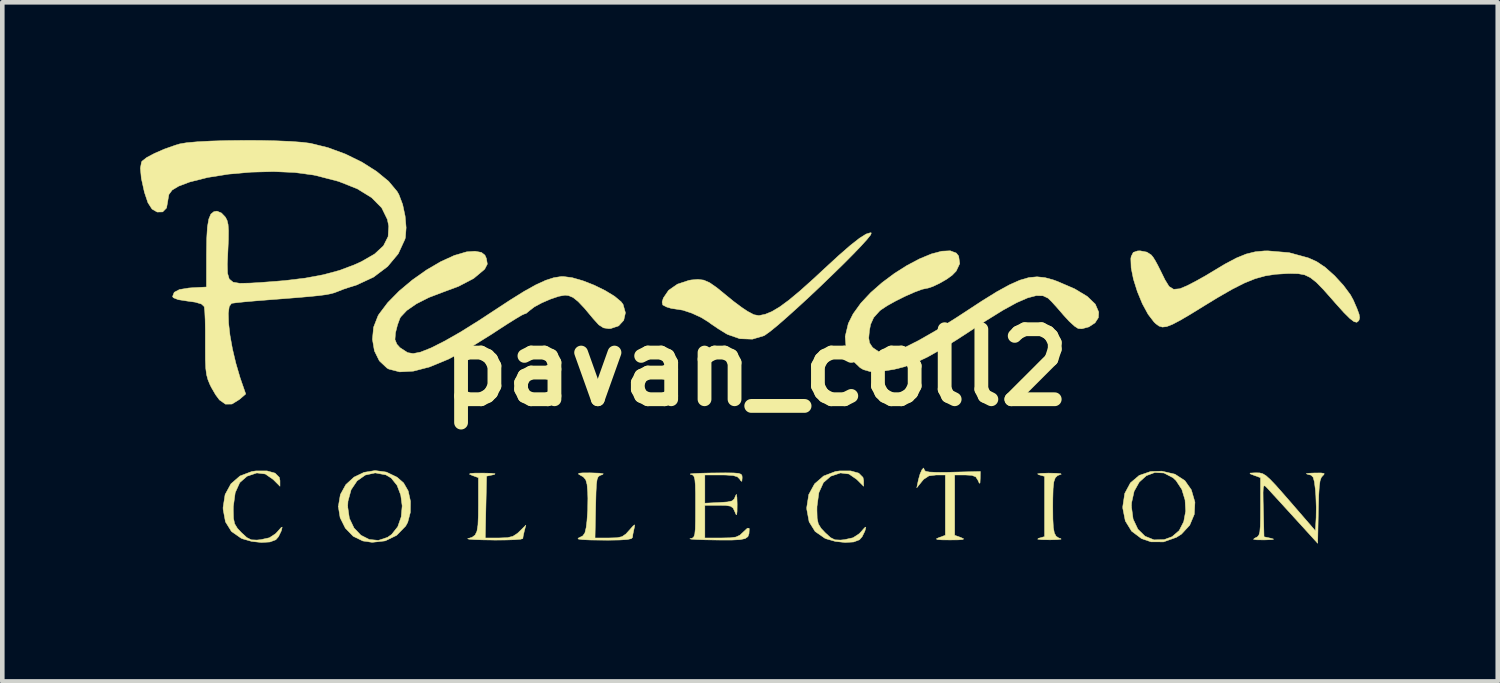
<source format=kicad_pcb>
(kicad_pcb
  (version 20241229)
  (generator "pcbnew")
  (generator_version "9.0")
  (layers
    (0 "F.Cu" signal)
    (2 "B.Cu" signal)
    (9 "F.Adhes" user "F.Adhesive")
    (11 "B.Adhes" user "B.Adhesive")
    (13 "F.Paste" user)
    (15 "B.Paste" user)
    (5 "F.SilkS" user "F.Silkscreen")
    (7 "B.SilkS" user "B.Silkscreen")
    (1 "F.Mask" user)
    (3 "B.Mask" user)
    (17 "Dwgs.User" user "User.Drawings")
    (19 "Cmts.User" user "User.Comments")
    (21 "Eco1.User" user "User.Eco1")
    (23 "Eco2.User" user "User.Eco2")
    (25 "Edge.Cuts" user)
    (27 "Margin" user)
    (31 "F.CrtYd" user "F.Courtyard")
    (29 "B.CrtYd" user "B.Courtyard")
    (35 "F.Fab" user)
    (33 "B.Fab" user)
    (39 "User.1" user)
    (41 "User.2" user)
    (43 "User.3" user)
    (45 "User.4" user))
  (footprint "pavan_coll2"
    (layer "F.Cu")
    (at 13.405 4.948)
    (property "Reference" "pavan_coll2" (at 0 0 0) (layer "F.SilkS") (effects (font (size 1.524 1.524) (thickness 0.3))))
    (attr exclude_from_pos_files exclude_from_bom)
    (fp_poly (pts (xy 6.533 2.3) (xy 6.626 2.309) (xy 6.637 2.321) (xy 6.629 2.323) (xy 6.557 2.35) (xy 6.507 2.399) (xy 6.476 2.487) (xy 6.46 2.632) (xy 6.454 2.851) (xy 6.453 3.023) (xy 6.455 3.294) (xy 6.465 3.48) (xy 6.487 3.6) (xy 6.525 3.67) (xy 6.583 3.708) (xy 6.629 3.722) (xy 6.634 3.734) (xy 6.554 3.744) (xy 6.406 3.748) (xy 6.375 3.748) (xy 6.206 3.745) (xy 6.125 3.734) (xy 6.138 3.716) (xy 6.147 3.714) (xy 6.274 3.678) (xy 6.274 2.367) (xy 6.147 2.331) (xy 6.121 2.313) (xy 6.191 2.302) (xy 6.348 2.297) (xy 6.375 2.297) (xy 6.533 2.3)) (stroke (width 0.01) (type solid)) (fill yes) (layer "F.SilkS"))
    (fp_poly (pts (xy -5.767 2.3) (xy -5.683 2.31) (xy -5.695 2.326) (xy -5.715 2.331) (xy -5.867 2.363) (xy -5.882 3.036) (xy -5.896 3.708) (xy -5.596 3.708) (xy -5.414 3.701) (xy -5.295 3.672) (xy -5.198 3.609) (xy -5.155 3.569) (xy -5.013 3.429) (xy -5.046 3.556) (xy -5.071 3.666) (xy -5.079 3.721) (xy -5.127 3.735) (xy -5.258 3.746) (xy -5.451 3.752) (xy -5.69 3.754) (xy -5.728 3.753) (xy -5.96 3.749) (xy -6.139 3.743) (xy -6.251 3.734) (xy -6.28 3.725) (xy -6.274 3.722) (xy -6.181 3.692) (xy -6.117 3.644) (xy -6.077 3.561) (xy -6.055 3.425) (xy -6.047 3.219) (xy -6.045 2.995) (xy -6.045 2.396) (xy -6.185 2.345) (xy -6.24 2.319) (xy -6.224 2.304) (xy -6.128 2.297) (xy -5.944 2.296) (xy -5.767 2.3)) (stroke (width 0.01) (type solid)) (fill yes) (layer "F.SilkS"))
    (fp_poly (pts (xy 3.657 2.221) (xy 3.658 2.228) (xy 3.683 2.256) (xy 3.767 2.273) (xy 3.922 2.28) (xy 4.162 2.279) (xy 4.267 2.276) (xy 4.877 2.261) (xy 4.874 2.413) (xy 4.869 2.512) (xy 4.854 2.517) (xy 4.824 2.451) (xy 4.777 2.378) (xy 4.691 2.345) (xy 4.548 2.337) (xy 4.318 2.337) (xy 4.318 3.649) (xy 4.458 3.7) (xy 4.513 3.726) (xy 4.498 3.741) (xy 4.403 3.749) (xy 4.218 3.751) (xy 4.216 3.751) (xy 4.03 3.749) (xy 3.935 3.741) (xy 3.92 3.726) (xy 3.975 3.7) (xy 3.975 3.7) (xy 4.115 3.649) (xy 4.115 2.337) (xy 3.915 2.337) (xy 3.757 2.357) (xy 3.644 2.431) (xy 3.605 2.477) (xy 3.493 2.616) (xy 3.53 2.438) (xy 3.565 2.315) (xy 3.606 2.223) (xy 3.641 2.185) (xy 3.657 2.221)) (stroke (width 0.01) (type solid)) (fill yes) (layer "F.SilkS"))
    (fp_poly (pts (xy 9.111 2.32) (xy 9.327 2.46) (xy 9.468 2.661) (xy 9.546 2.929) (xy 9.532 3.193) (xy 9.432 3.431) (xy 9.253 3.624) (xy 9.143 3.694) (xy 8.863 3.793) (xy 8.59 3.792) (xy 8.383 3.721) (xy 8.168 3.56) (xy 8.031 3.337) (xy 7.976 3.061) (xy 7.976 3.023) (xy 7.976 3.022) (xy 8.164 3.022) (xy 8.201 3.297) (xy 8.304 3.516) (xy 8.46 3.67) (xy 8.656 3.749) (xy 8.878 3.743) (xy 9.049 3.68) (xy 9.203 3.547) (xy 9.302 3.353) (xy 9.345 3.123) (xy 9.331 2.881) (xy 9.261 2.651) (xy 9.134 2.458) (xy 9.067 2.396) (xy 8.871 2.294) (xy 8.674 2.283) (xy 8.49 2.352) (xy 8.335 2.491) (xy 8.223 2.691) (xy 8.168 2.94) (xy 8.164 3.022) (xy 7.976 3.022) (xy 8.019 2.738) (xy 8.142 2.509) (xy 8.333 2.347) (xy 8.583 2.261) (xy 8.826 2.254) (xy 9.111 2.32)) (stroke (width 0.01) (type solid)) (fill yes) (layer "F.SilkS"))
    (fp_poly (pts (xy -8.048 2.274) (xy -7.815 2.386) (xy -7.673 2.51) (xy -7.573 2.684) (xy -7.523 2.91) (xy -7.526 3.15) (xy -7.583 3.367) (xy -7.628 3.449) (xy -7.825 3.651) (xy -8.073 3.771) (xy -8.356 3.803) (xy -8.56 3.773) (xy -8.77 3.671) (xy -8.941 3.494) (xy -9.054 3.267) (xy -9.093 3.026) (xy -9.093 3.023) (xy -8.89 3.023) (xy -8.853 3.279) (xy -8.752 3.491) (xy -8.602 3.648) (xy -8.42 3.741) (xy -8.221 3.76) (xy -8.022 3.694) (xy -7.933 3.631) (xy -7.8 3.463) (xy -7.725 3.248) (xy -7.704 3.01) (xy -7.735 2.774) (xy -7.815 2.563) (xy -7.943 2.403) (xy -8.058 2.335) (xy -8.292 2.292) (xy -8.506 2.339) (xy -8.685 2.465) (xy -8.815 2.658) (xy -8.883 2.907) (xy -8.89 3.023) (xy -9.093 3.023) (xy -9.049 2.763) (xy -8.93 2.547) (xy -8.752 2.384) (xy -8.534 2.28) (xy -8.294 2.241) (xy -8.048 2.274)) (stroke (width 0.01) (type solid)) (fill yes) (layer "F.SilkS"))
    (fp_poly (pts (xy -10.47 2.297) (xy -10.377 2.39) (xy -10.363 2.459) (xy -10.363 2.583) (xy -10.512 2.434) (xy -10.682 2.316) (xy -10.867 2.293) (xy -11.079 2.364) (xy -11.081 2.366) (xy -11.238 2.503) (xy -11.337 2.722) (xy -11.378 3.025) (xy -11.379 3.102) (xy -11.374 3.282) (xy -11.349 3.4) (xy -11.29 3.497) (xy -11.2 3.593) (xy -11.083 3.7) (xy -10.987 3.748) (xy -10.865 3.753) (xy -10.783 3.745) (xy -10.593 3.703) (xy -10.459 3.615) (xy -10.422 3.576) (xy -10.342 3.486) (xy -10.315 3.471) (xy -10.327 3.527) (xy -10.336 3.558) (xy -10.396 3.681) (xy -10.454 3.747) (xy -10.581 3.795) (xy -10.767 3.806) (xy -10.977 3.783) (xy -11.177 3.726) (xy -11.211 3.711) (xy -11.419 3.566) (xy -11.549 3.357) (xy -11.6 3.084) (xy -11.601 3.044) (xy -11.557 2.763) (xy -11.43 2.53) (xy -11.233 2.359) (xy -10.977 2.262) (xy -10.888 2.249) (xy -10.643 2.249) (xy -10.47 2.297)) (stroke (width 0.01) (type solid)) (fill yes) (layer "F.SilkS"))
    (fp_poly (pts (xy 2.23 2.297) (xy 2.323 2.39) (xy 2.337 2.459) (xy 2.337 2.583) (xy 2.188 2.434) (xy 2.018 2.316) (xy 1.833 2.293) (xy 1.621 2.364) (xy 1.619 2.366) (xy 1.462 2.503) (xy 1.363 2.722) (xy 1.322 3.025) (xy 1.321 3.102) (xy 1.326 3.282) (xy 1.351 3.4) (xy 1.41 3.497) (xy 1.5 3.593) (xy 1.617 3.7) (xy 1.713 3.748) (xy 1.835 3.753) (xy 1.917 3.745) (xy 2.107 3.703) (xy 2.241 3.615) (xy 2.278 3.576) (xy 2.358 3.486) (xy 2.385 3.471) (xy 2.373 3.527) (xy 2.364 3.558) (xy 2.304 3.681) (xy 2.246 3.747) (xy 2.119 3.795) (xy 1.933 3.806) (xy 1.723 3.783) (xy 1.523 3.726) (xy 1.489 3.711) (xy 1.281 3.566) (xy 1.151 3.357) (xy 1.1 3.084) (xy 1.099 3.044) (xy 1.143 2.763) (xy 1.27 2.53) (xy 1.467 2.359) (xy 1.723 2.262) (xy 1.812 2.249) (xy 2.057 2.249) (xy 2.23 2.297)) (stroke (width 0.01) (type solid)) (fill yes) (layer "F.SilkS"))
    (fp_poly (pts (xy -3.581 2.292) (xy -3.408 2.298) (xy -3.328 2.311) (xy -3.345 2.329) (xy -3.353 2.331) (xy -3.404 2.349) (xy -3.44 2.378) (xy -3.463 2.437) (xy -3.477 2.542) (xy -3.486 2.71) (xy -3.492 2.958) (xy -3.494 3.038) (xy -3.508 3.708) (xy -3.206 3.708) (xy -3.031 3.703) (xy -2.92 3.679) (xy -2.836 3.621) (xy -2.765 3.543) (xy -2.679 3.446) (xy -2.645 3.422) (xy -2.649 3.468) (xy -2.658 3.505) (xy -2.684 3.627) (xy -2.692 3.696) (xy -2.719 3.723) (xy -2.809 3.742) (xy -2.972 3.752) (xy -3.221 3.756) (xy -3.34 3.755) (xy -3.608 3.752) (xy -3.781 3.744) (xy -3.869 3.732) (xy -3.879 3.715) (xy -3.852 3.701) (xy -3.775 3.663) (xy -3.729 3.599) (xy -3.701 3.483) (xy -3.683 3.337) (xy -3.667 3.101) (xy -3.663 2.845) (xy -3.667 2.719) (xy -3.681 2.543) (xy -3.71 2.44) (xy -3.763 2.379) (xy -3.81 2.352) (xy -3.866 2.319) (xy -3.861 2.3) (xy -3.783 2.292) (xy -3.618 2.291) (xy -3.581 2.292)) (stroke (width 0.01) (type solid)) (fill yes) (layer "F.SilkS"))
    (fp_poly (pts (xy 2.504 -2.93) (xy 2.491 -2.889) (xy 2.412 -2.79) (xy 2.279 -2.643) (xy 2.101 -2.458) (xy 1.888 -2.244) (xy 1.651 -2.013) (xy 1.401 -1.772) (xy 1.148 -1.533) (xy 0.901 -1.306) (xy 0.672 -1.1) (xy 0.471 -0.924) (xy 0.307 -0.79) (xy 0.192 -0.707) (xy 0.168 -0.693) (xy -0.083 -0.618) (xy -0.357 -0.628) (xy -0.621 -0.72) (xy -0.646 -0.733) (xy -0.82 -0.84) (xy -0.99 -0.955) (xy -1.03 -0.986) (xy -1.199 -1.091) (xy -1.401 -1.184) (xy -1.596 -1.249) (xy -1.73 -1.27) (xy -1.849 -1.288) (xy -1.949 -1.318) (xy -2.034 -1.362) (xy -2.048 -1.426) (xy -2.021 -1.513) (xy -1.906 -1.682) (xy -1.714 -1.815) (xy -1.466 -1.897) (xy -1.416 -1.906) (xy -1.268 -1.919) (xy -1.142 -1.903) (xy -1.014 -1.847) (xy -0.861 -1.741) (xy -0.66 -1.577) (xy -0.487 -1.436) (xy -0.312 -1.306) (xy -0.186 -1.222) (xy -0.05 -1.15) (xy 0.058 -1.131) (xy 0.188 -1.158) (xy 0.197 -1.16) (xy 0.341 -1.219) (xy 0.509 -1.319) (xy 0.712 -1.468) (xy 0.959 -1.674) (xy 1.258 -1.942) (xy 1.477 -2.146) (xy 1.797 -2.44) (xy 2.053 -2.663) (xy 2.25 -2.817) (xy 2.392 -2.906) (xy 2.484 -2.934) (xy 2.504 -2.93)) (stroke (width 0.01) (type solid)) (fill yes) (layer "F.SilkS"))
    (fp_poly (pts (xy 10.955 2.292) (xy 11.022 2.31) (xy 11.094 2.354) (xy 11.185 2.436) (xy 11.309 2.566) (xy 11.476 2.755) (xy 11.619 2.919) (xy 12.167 3.552) (xy 12.183 3.262) (xy 12.186 3.039) (xy 12.177 2.789) (xy 12.167 2.657) (xy 12.145 2.484) (xy 12.118 2.387) (xy 12.072 2.341) (xy 11.998 2.322) (xy 11.968 2.31) (xy 12.027 2.299) (xy 12.138 2.294) (xy 12.292 2.293) (xy 12.358 2.304) (xy 12.352 2.331) (xy 12.33 2.349) (xy 12.295 2.391) (xy 12.269 2.464) (xy 12.252 2.586) (xy 12.24 2.773) (xy 12.233 3.041) (xy 12.231 3.119) (xy 12.217 3.824) (xy 11.713 3.271) (xy 11.526 3.066) (xy 11.357 2.881) (xy 11.22 2.732) (xy 11.132 2.635) (xy 11.114 2.616) (xy 11.074 2.577) (xy 11.048 2.572) (xy 11.033 2.615) (xy 11.028 2.721) (xy 11.03 2.904) (xy 11.035 3.098) (xy 11.049 3.682) (xy 11.201 3.715) (xy 11.259 3.733) (xy 11.224 3.744) (xy 11.092 3.749) (xy 11.049 3.75) (xy 10.889 3.748) (xy 10.821 3.737) (xy 10.839 3.716) (xy 10.858 3.707) (xy 10.906 3.683) (xy 10.938 3.644) (xy 10.958 3.573) (xy 10.968 3.451) (xy 10.972 3.262) (xy 10.973 3.028) (xy 10.973 2.396) (xy 10.833 2.345) (xy 10.747 2.312) (xy 10.745 2.296) (xy 10.834 2.291) (xy 10.882 2.29) (xy 10.955 2.292)) (stroke (width 0.01) (type solid)) (fill yes) (layer "F.SilkS"))
    (fp_poly (pts (xy 8.5 -2.512) (xy 8.595 -2.451) (xy 8.638 -2.398) (xy 8.681 -2.329) (xy 8.738 -2.225) (xy 8.819 -2.063) (xy 8.894 -1.91) (xy 8.983 -1.765) (xy 9.083 -1.703) (xy 9.217 -1.715) (xy 9.377 -1.782) (xy 9.568 -1.881) (xy 9.782 -2.001) (xy 9.893 -2.068) (xy 10.201 -2.253) (xy 10.451 -2.385) (xy 10.662 -2.471) (xy 10.857 -2.519) (xy 11.057 -2.538) (xy 11.136 -2.539) (xy 11.596 -2.5) (xy 12.012 -2.387) (xy 12.192 -2.307) (xy 12.379 -2.182) (xy 12.583 -2) (xy 12.776 -1.79) (xy 12.929 -1.584) (xy 12.992 -1.469) (xy 13.074 -1.28) (xy 13.118 -1.16) (xy 13.13 -1.086) (xy 13.117 -1.034) (xy 13.107 -1.017) (xy 13.068 -0.985) (xy 13.008 -0.999) (xy 12.917 -1.068) (xy 12.786 -1.198) (xy 12.606 -1.398) (xy 12.545 -1.468) (xy 12.344 -1.695) (xy 12.188 -1.855) (xy 12.057 -1.958) (xy 11.932 -2.018) (xy 11.794 -2.043) (xy 11.622 -2.047) (xy 11.543 -2.045) (xy 11.298 -2.03) (xy 11.075 -1.995) (xy 10.856 -1.934) (xy 10.623 -1.84) (xy 10.357 -1.705) (xy 10.04 -1.523) (xy 9.763 -1.354) (xy 9.46 -1.167) (xy 9.229 -1.031) (xy 9.058 -0.941) (xy 8.932 -0.892) (xy 8.838 -0.881) (xy 8.764 -0.903) (xy 8.696 -0.953) (xy 8.657 -0.99) (xy 8.527 -1.159) (xy 8.402 -1.389) (xy 8.293 -1.653) (xy 8.208 -1.923) (xy 8.158 -2.171) (xy 8.151 -2.37) (xy 8.159 -2.418) (xy 8.204 -2.506) (xy 8.299 -2.538) (xy 8.354 -2.54) (xy 8.5 -2.512)) (stroke (width 0.01) (type solid)) (fill yes) (layer "F.SilkS"))
    (fp_poly (pts (xy -0.492 2.293) (xy -0.385 2.302) (xy -0.33 2.321) (xy -0.309 2.353) (xy -0.306 2.4) (xy -0.313 2.477) (xy -0.339 2.46) (xy -0.36 2.426) (xy -0.409 2.377) (xy -0.502 2.349) (xy -0.662 2.338) (xy -0.765 2.337) (xy -1.118 2.337) (xy -1.118 2.951) (xy -0.802 2.936) (xy -0.627 2.924) (xy -0.527 2.902) (xy -0.477 2.858) (xy -0.452 2.794) (xy -0.432 2.758) (xy -0.42 2.823) (xy -0.415 2.972) (xy -0.417 3.132) (xy -0.425 3.202) (xy -0.443 3.191) (xy -0.465 3.137) (xy -0.502 3.059) (xy -0.557 3.017) (xy -0.658 3) (xy -0.817 2.997) (xy -1.118 2.997) (xy -1.118 3.708) (xy -0.76 3.708) (xy -0.565 3.704) (xy -0.441 3.687) (xy -0.355 3.647) (xy -0.279 3.576) (xy -0.277 3.574) (xy -0.192 3.495) (xy -0.155 3.496) (xy -0.152 3.519) (xy -0.157 3.613) (xy -0.181 3.679) (xy -0.241 3.721) (xy -0.351 3.744) (xy -0.527 3.753) (xy -0.784 3.753) (xy -0.882 3.752) (xy -1.117 3.748) (xy -1.299 3.742) (xy -1.412 3.734) (xy -1.444 3.726) (xy -1.435 3.723) (xy -1.389 3.711) (xy -1.357 3.682) (xy -1.337 3.622) (xy -1.326 3.512) (xy -1.322 3.337) (xy -1.321 3.08) (xy -1.321 3.023) (xy -1.321 2.749) (xy -1.325 2.56) (xy -1.335 2.44) (xy -1.353 2.371) (xy -1.382 2.338) (xy -1.425 2.324) (xy -1.435 2.322) (xy -1.432 2.313) (xy -1.343 2.305) (xy -1.181 2.298) (xy -0.963 2.293) (xy -0.927 2.293) (xy -0.667 2.291) (xy -0.492 2.293)) (stroke (width 0.01) (type solid)) (fill yes) (layer "F.SilkS"))
    (fp_poly (pts (xy -5.98 -2.506) (xy -5.904 -2.447) (xy -5.872 -2.376) (xy -5.851 -2.252) (xy -5.906 -2.146) (xy -5.922 -2.129) (xy -6.149 -1.939) (xy -6.476 -1.768) (xy -6.812 -1.643) (xy -7.123 -1.525) (xy -7.393 -1.388) (xy -7.603 -1.243) (xy -7.736 -1.102) (xy -7.755 -1.067) (xy -7.806 -0.928) (xy -7.848 -0.762) (xy -7.85 -0.752) (xy -7.861 -0.61) (xy -7.819 -0.508) (xy -7.754 -0.435) (xy -7.585 -0.325) (xy -7.465 -0.305) (xy -7.305 -0.336) (xy -7.074 -0.428) (xy -6.779 -0.577) (xy -6.426 -0.778) (xy -6.025 -1.029) (xy -5.74 -1.216) (xy -5.36 -1.465) (xy -5.049 -1.659) (xy -4.794 -1.801) (xy -4.583 -1.898) (xy -4.406 -1.955) (xy -4.249 -1.98) (xy -4.197 -1.981) (xy -4.005 -1.956) (xy -3.772 -1.889) (xy -3.524 -1.792) (xy -3.286 -1.675) (xy -3.084 -1.552) (xy -2.941 -1.433) (xy -2.898 -1.376) (xy -2.846 -1.192) (xy -2.883 -1.028) (xy -2.994 -0.907) (xy -3.167 -0.849) (xy -3.211 -0.847) (xy -3.323 -0.864) (xy -3.426 -0.93) (xy -3.547 -1.064) (xy -3.553 -1.071) (xy -3.735 -1.289) (xy -3.874 -1.436) (xy -3.985 -1.525) (xy -4.083 -1.566) (xy -4.16 -1.575) (xy -4.296 -1.551) (xy -4.476 -1.49) (xy -4.666 -1.408) (xy -4.829 -1.32) (xy -4.931 -1.241) (xy -4.932 -1.24) (xy -5.007 -1.178) (xy -5.041 -1.168) (xy -5.099 -1.142) (xy -5.226 -1.067) (xy -5.404 -0.956) (xy -5.619 -0.817) (xy -5.737 -0.739) (xy -6.242 -0.424) (xy -6.7 -0.182) (xy -7.107 -0.014) (xy -7.461 0.078) (xy -7.758 0.094) (xy -7.994 0.033) (xy -8.034 0.011) (xy -8.201 -0.146) (xy -8.308 -0.363) (xy -8.351 -0.615) (xy -8.326 -0.878) (xy -8.229 -1.127) (xy -8.209 -1.16) (xy -8.019 -1.412) (xy -7.771 -1.664) (xy -7.485 -1.904) (xy -7.177 -2.122) (xy -6.866 -2.304) (xy -6.569 -2.44) (xy -6.303 -2.518) (xy -6.119 -2.531) (xy -5.98 -2.506)) (stroke (width 0.01) (type solid)) (fill yes) (layer "F.SilkS"))
    (fp_poly (pts (xy 4.354 -2.491) (xy 4.405 -2.426) (xy 4.428 -2.262) (xy 4.351 -2.099) (xy 4.26 -2.006) (xy 4.141 -1.921) (xy 3.99 -1.834) (xy 3.842 -1.764) (xy 3.734 -1.728) (xy 3.72 -1.727) (xy 3.609 -1.703) (xy 3.44 -1.64) (xy 3.237 -1.55) (xy 3.031 -1.447) (xy 2.846 -1.344) (xy 2.711 -1.254) (xy 2.685 -1.232) (xy 2.556 -1.089) (xy 2.488 -0.938) (xy 2.463 -0.805) (xy 2.448 -0.643) (xy 2.465 -0.538) (xy 2.522 -0.451) (xy 2.544 -0.428) (xy 2.691 -0.328) (xy 2.806 -0.305) (xy 2.979 -0.337) (xy 3.225 -0.434) (xy 3.537 -0.591) (xy 3.912 -0.806) (xy 4.344 -1.078) (xy 4.519 -1.192) (xy 4.913 -1.45) (xy 5.239 -1.652) (xy 5.509 -1.8) (xy 5.735 -1.901) (xy 5.931 -1.958) (xy 6.11 -1.975) (xy 6.283 -1.957) (xy 6.463 -1.908) (xy 6.553 -1.875) (xy 6.929 -1.713) (xy 7.203 -1.548) (xy 7.378 -1.38) (xy 7.452 -1.208) (xy 7.445 -1.086) (xy 7.372 -0.973) (xy 7.238 -0.885) (xy 7.086 -0.844) (xy 7.005 -0.85) (xy 6.927 -0.9) (xy 6.811 -1.006) (xy 6.68 -1.148) (xy 6.67 -1.161) (xy 6.54 -1.311) (xy 6.427 -1.435) (xy 6.353 -1.507) (xy 6.351 -1.51) (xy 6.241 -1.562) (xy 6.095 -1.566) (xy 5.907 -1.517) (xy 5.668 -1.413) (xy 5.371 -1.25) (xy 5.009 -1.026) (xy 4.779 -0.876) (xy 4.366 -0.607) (xy 4.018 -0.393) (xy 3.722 -0.227) (xy 3.462 -0.105) (xy 3.225 -0.018) (xy 2.995 0.04) (xy 2.758 0.076) (xy 2.667 0.084) (xy 2.475 0.086) (xy 2.331 0.044) (xy 2.261 0.003) (xy 2.066 -0.183) (xy 1.957 -0.414) (xy 1.936 -0.676) (xy 2.004 -0.96) (xy 2.108 -1.168) (xy 2.276 -1.401) (xy 2.49 -1.63) (xy 2.737 -1.847) (xy 3.005 -2.047) (xy 3.281 -2.222) (xy 3.554 -2.366) (xy 3.809 -2.472) (xy 4.036 -2.532) (xy 4.222 -2.541) (xy 4.354 -2.491)) (stroke (width 0.01) (type solid)) (fill yes) (layer "F.SilkS"))
    (fp_poly (pts (xy -10.797 -4.942) (xy -10.446 -4.934) (xy -10.13 -4.921) (xy -9.868 -4.901) (xy -9.703 -4.88) (xy -9.32 -4.786) (xy -8.939 -4.646) (xy -8.58 -4.47) (xy -8.261 -4.268) (xy -7.999 -4.053) (xy -7.815 -3.833) (xy -7.776 -3.766) (xy -7.694 -3.55) (xy -7.64 -3.296) (xy -7.618 -3.043) (xy -7.634 -2.831) (xy -7.643 -2.794) (xy -7.789 -2.477) (xy -8.021 -2.199) (xy -8.327 -1.968) (xy -8.697 -1.796) (xy -8.865 -1.744) (xy -8.985 -1.704) (xy -9.119 -1.651) (xy -9.182 -1.627) (xy -9.26 -1.606) (xy -9.364 -1.586) (xy -9.508 -1.567) (xy -9.705 -1.547) (xy -9.968 -1.524) (xy -10.308 -1.497) (xy -10.643 -1.471) (xy -10.905 -1.45) (xy -11.133 -1.43) (xy -11.306 -1.412) (xy -11.405 -1.399) (xy -11.417 -1.396) (xy -11.467 -1.329) (xy -11.487 -1.181) (xy -11.481 -0.968) (xy -11.451 -0.705) (xy -11.398 -0.41) (xy -11.324 -0.097) (xy -11.232 0.217) (xy -11.195 0.325) (xy -11.108 0.575) (xy -11.246 0.694) (xy -11.407 0.794) (xy -11.549 0.796) (xy -11.68 0.704) (xy -11.764 0.591) (xy -11.855 0.434) (xy -11.887 0.37) (xy -11.93 0.265) (xy -11.96 0.155) (xy -11.978 0.016) (xy -11.986 -0.172) (xy -11.987 -0.432) (xy -11.987 -0.55) (xy -11.987 -0.811) (xy -11.991 -1.04) (xy -11.999 -1.216) (xy -12.01 -1.317) (xy -12.013 -1.328) (xy -12.072 -1.383) (xy -12.207 -1.423) (xy -12.373 -1.446) (xy -12.578 -1.478) (xy -12.684 -1.52) (xy -12.7 -1.547) (xy -12.664 -1.638) (xy -12.55 -1.698) (xy -12.349 -1.731) (xy -12.266 -1.737) (xy -11.963 -1.753) (xy -11.962 -2.464) (xy -11.957 -2.805) (xy -11.942 -3.057) (xy -11.912 -3.231) (xy -11.867 -3.339) (xy -11.802 -3.392) (xy -11.734 -3.404) (xy -11.637 -3.364) (xy -11.551 -3.274) (xy -11.514 -3.203) (xy -11.492 -3.112) (xy -11.483 -2.979) (xy -11.485 -2.785) (xy -11.496 -2.538) (xy -11.509 -2.252) (xy -11.504 -2.053) (xy -11.467 -1.927) (xy -11.383 -1.858) (xy -11.237 -1.833) (xy -11.014 -1.838) (xy -10.802 -1.85) (xy -10.264 -1.892) (xy -9.809 -1.947) (xy -9.418 -2.02) (xy -9.073 -2.113) (xy -8.754 -2.232) (xy -8.594 -2.304) (xy -8.304 -2.471) (xy -8.111 -2.65) (xy -8.01 -2.85) (xy -7.996 -3.077) (xy -8.026 -3.224) (xy -8.149 -3.475) (xy -8.368 -3.697) (xy -8.681 -3.89) (xy -9.087 -4.051) (xy -9.584 -4.18) (xy -9.641 -4.191) (xy -10.042 -4.245) (xy -10.503 -4.265) (xy -10.993 -4.252) (xy -11.48 -4.209) (xy -11.934 -4.137) (xy -12.323 -4.039) (xy -12.344 -4.032) (xy -12.568 -3.947) (xy -12.708 -3.863) (xy -12.78 -3.766) (xy -12.802 -3.641) (xy -12.802 -3.637) (xy -12.831 -3.473) (xy -12.915 -3.387) (xy -13.035 -3.384) (xy -13.147 -3.449) (xy -13.236 -3.587) (xy -13.312 -3.813) (xy -13.314 -3.821) (xy -13.38 -4.12) (xy -13.4 -4.339) (xy -13.375 -4.474) (xy -13.363 -4.492) (xy -13.264 -4.57) (xy -13.092 -4.661) (xy -12.876 -4.755) (xy -12.64 -4.838) (xy -12.548 -4.866) (xy -12.396 -4.892) (xy -12.163 -4.913) (xy -11.866 -4.929) (xy -11.527 -4.939) (xy -11.164 -4.943) (xy -10.797 -4.942)) (stroke (width 0.01) (type solid)) (fill yes) (layer "F.SilkS")))
  (gr_rect
    (start -3 -3)
    (end 29.54 11.778)
    (stroke (width 0.1) (type default))
    (fill no)
    (layer "Edge.Cuts")))
</source>
